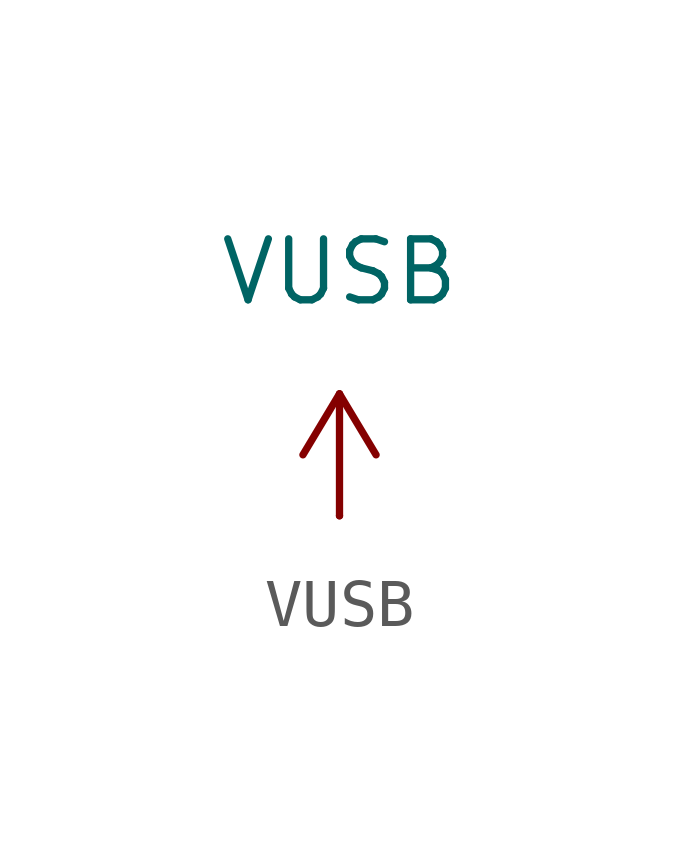
<source format=kicad_sym>
(kicad_symbol_lib
  (version 20241209)
  (generator "kicad_symbol_editor")
  (generator_version "9.0")
  (symbol "VUSB"
    (power)
    (pin_numbers
      (hide yes))
    (pin_names
      (offset 0)
      (hide yes))
    (property "Reference" "#PWR054"
      (at 0 -3.81 0)
      (effects (font (size 1.27 1.27)) (hide yes)))
    (property "Value" "VUSB"
      (at 0 5.08 0)
      (effects (font (size 1.27 1.27))))
    (symbol "VUSB_0_1"
      (polyline (pts (xy -0.762 1.27) (xy 0 2.54)) (stroke (width 0) (type default)) (fill (type none)))
      (polyline (pts (xy 0 2.54) (xy 0.762 1.27)) (stroke (width 0) (type default)) (fill (type none)))
      (polyline (pts (xy 0 0) (xy 0 2.54)) (stroke (width 0) (type default)) (fill (type none))))
    (symbol "VUSB_1_1"
      (pin power_in line (at 0 0 90) (length 0) (name "~" (effects (font (size 1.27 1.27)))) (number "1" (effects (font (size 1.27 1.27))))))))
</source>
